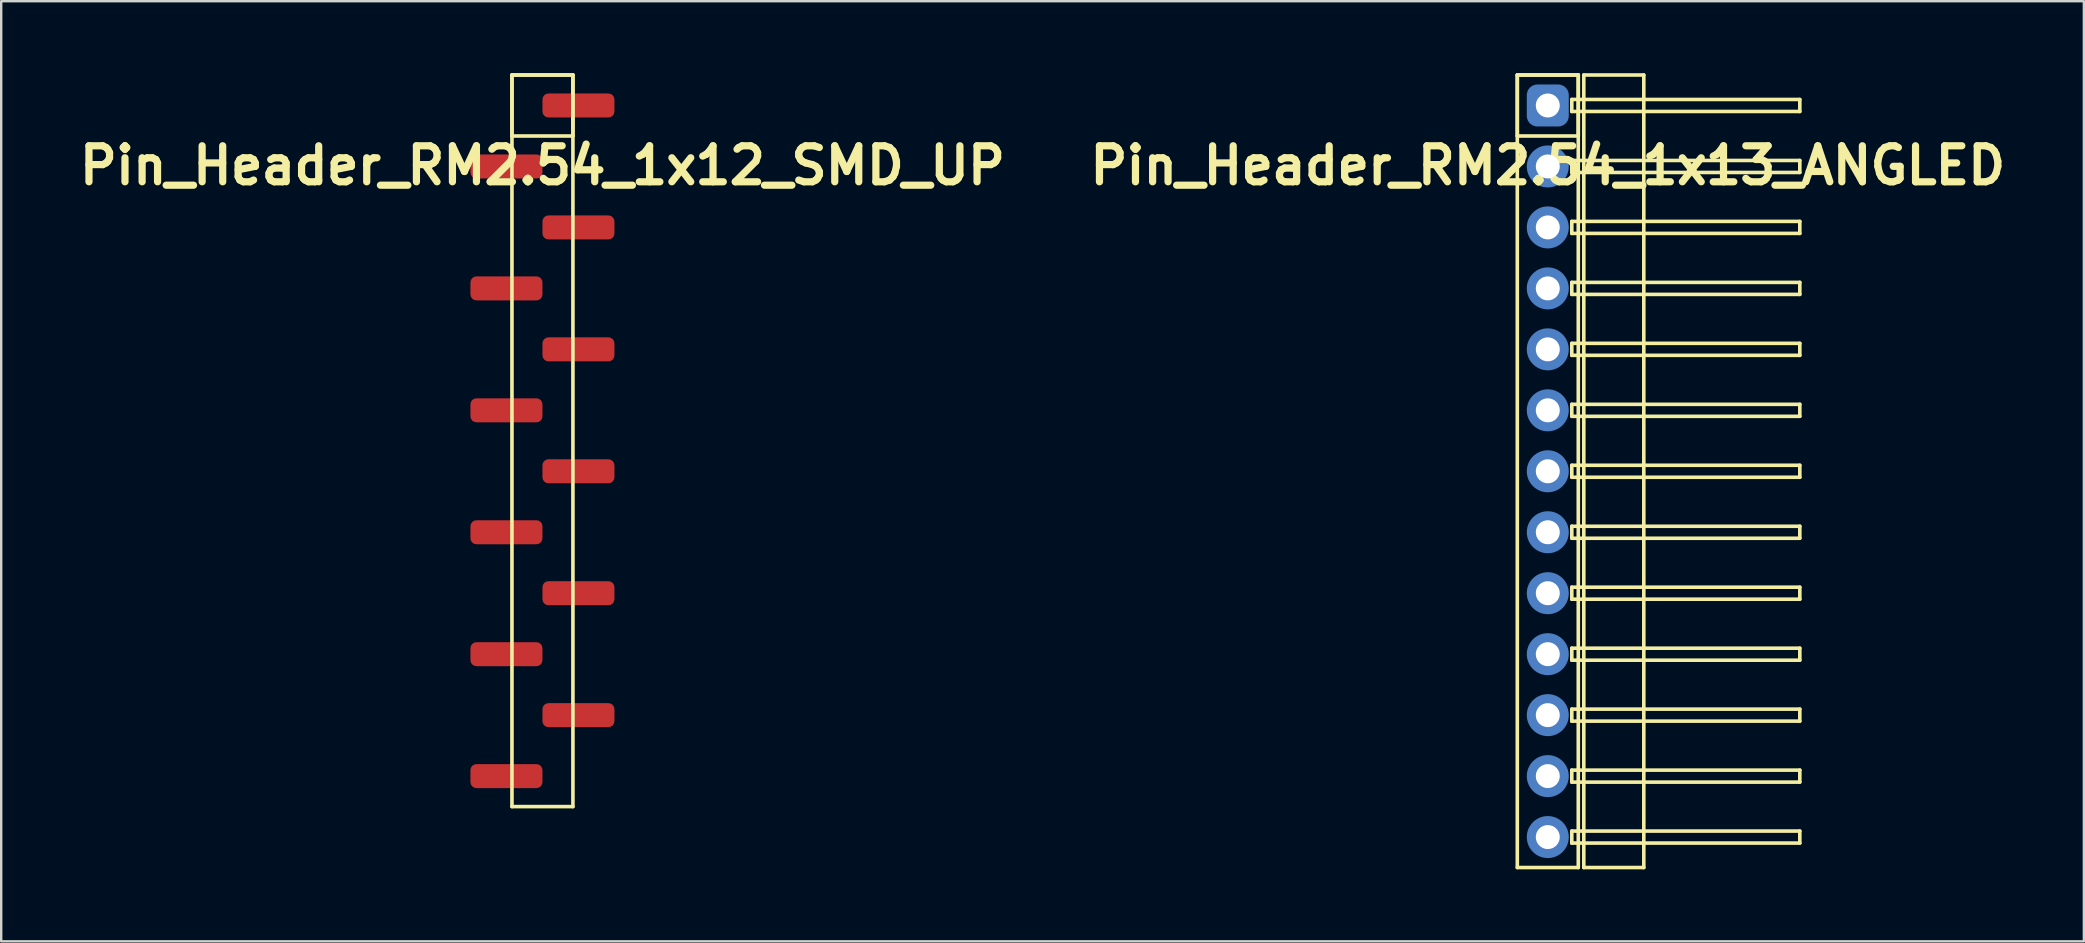
<source format=kicad_pcb>
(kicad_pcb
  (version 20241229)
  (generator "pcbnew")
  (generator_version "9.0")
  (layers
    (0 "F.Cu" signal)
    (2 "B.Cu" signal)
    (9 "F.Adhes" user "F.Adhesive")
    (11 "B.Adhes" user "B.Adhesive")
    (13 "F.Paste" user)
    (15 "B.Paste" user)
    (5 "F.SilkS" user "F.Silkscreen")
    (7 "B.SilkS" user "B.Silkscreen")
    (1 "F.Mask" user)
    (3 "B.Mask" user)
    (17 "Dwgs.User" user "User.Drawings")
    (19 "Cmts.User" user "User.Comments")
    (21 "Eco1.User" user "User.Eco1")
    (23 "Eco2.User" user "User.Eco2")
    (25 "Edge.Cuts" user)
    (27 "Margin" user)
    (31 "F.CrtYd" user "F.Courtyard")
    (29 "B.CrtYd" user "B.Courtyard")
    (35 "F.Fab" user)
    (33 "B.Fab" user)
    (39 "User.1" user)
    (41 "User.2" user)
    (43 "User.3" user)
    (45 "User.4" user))
  (footprint "Pin_Header_RM2.54_1x13_ANGLED"
    (layer "F.Cu")
    (at 61.436 1.345)
    (property "Reference" "Pin_Header_RM2.54_1x13_ANGLED" (at 0 2.5 0) (layer "F.SilkS") (effects (font (size 1.5 1.5) (thickness 0.3))))
    (attr through_hole)
    (fp_line (start -1.27 -1.27) (end 1.27 -1.27) (stroke (width 0.15) (type solid)) (layer "F.SilkS"))
    (fp_line (start -1.27 -1.27) (end 1.27 -1.27) (stroke (width 0.15) (type solid)) (layer "F.SilkS"))
    (fp_line (start -1.27 1.27) (end -1.27 -1.27) (stroke (width 0.15) (type solid)) (layer "F.SilkS"))
    (fp_line (start -1.27 31.75) (end -1.27 -1.27) (stroke (width 0.15) (type solid)) (layer "F.SilkS"))
    (fp_line (start 1 -0.25) (end 10.5 -0.25) (stroke (width 0.15) (type solid)) (layer "F.SilkS"))
    (fp_line (start 1 0.25) (end 1 -0.25) (stroke (width 0.15) (type solid)) (layer "F.SilkS"))
    (fp_line (start 1 2.29) (end 10.5 2.29) (stroke (width 0.15) (type solid)) (layer "F.SilkS"))
    (fp_line (start 1 2.79) (end 1 2.29) (stroke (width 0.15) (type solid)) (layer "F.SilkS"))
    (fp_line (start 1 4.83) (end 10.5 4.83) (stroke (width 0.15) (type solid)) (layer "F.SilkS"))
    (fp_line (start 1 5.33) (end 1 4.83) (stroke (width 0.15) (type solid)) (layer "F.SilkS"))
    (fp_line (start 1 7.37) (end 10.5 7.37) (stroke (width 0.15) (type solid)) (layer "F.SilkS"))
    (fp_line (start 1 7.87) (end 1 7.37) (stroke (width 0.15) (type solid)) (layer "F.SilkS"))
    (fp_line (start 1 9.91) (end 10.5 9.91) (stroke (width 0.15) (type solid)) (layer "F.SilkS"))
    (fp_line (start 1 10.41) (end 1 9.91) (stroke (width 0.15) (type solid)) (layer "F.SilkS"))
    (fp_line (start 1 12.45) (end 10.5 12.45) (stroke (width 0.15) (type solid)) (layer "F.SilkS"))
    (fp_line (start 1 12.95) (end 1 12.45) (stroke (width 0.15) (type solid)) (layer "F.SilkS"))
    (fp_line (start 1 14.99) (end 10.5 14.99) (stroke (width 0.15) (type solid)) (layer "F.SilkS"))
    (fp_line (start 1 15.49) (end 1 14.99) (stroke (width 0.15) (type solid)) (layer "F.SilkS"))
    (fp_line (start 1 17.53) (end 10.5 17.53) (stroke (width 0.15) (type solid)) (layer "F.SilkS"))
    (fp_line (start 1 18.03) (end 1 17.53) (stroke (width 0.15) (type solid)) (layer "F.SilkS"))
    (fp_line (start 1 20.07) (end 10.5 20.07) (stroke (width 0.15) (type solid)) (layer "F.SilkS"))
    (fp_line (start 1 20.57) (end 1 20.07) (stroke (width 0.15) (type solid)) (layer "F.SilkS"))
    (fp_line (start 1 22.61) (end 10.5 22.61) (stroke (width 0.15) (type solid)) (layer "F.SilkS"))
    (fp_line (start 1 23.11) (end 1 22.61) (stroke (width 0.15) (type solid)) (layer "F.SilkS"))
    (fp_line (start 1 25.15) (end 10.5 25.15) (stroke (width 0.15) (type solid)) (layer "F.SilkS"))
    (fp_line (start 1 25.65) (end 1 25.15) (stroke (width 0.15) (type solid)) (layer "F.SilkS"))
    (fp_line (start 1 27.69) (end 10.5 27.69) (stroke (width 0.15) (type solid)) (layer "F.SilkS"))
    (fp_line (start 1 28.19) (end 1 27.69) (stroke (width 0.15) (type solid)) (layer "F.SilkS"))
    (fp_line (start 1 30.23) (end 10.5 30.23) (stroke (width 0.15) (type solid)) (layer "F.SilkS"))
    (fp_line (start 1 30.73) (end 1 30.23) (stroke (width 0.15) (type solid)) (layer "F.SilkS"))
    (fp_line (start 1.27 -1.27) (end 1.27 1.27) (stroke (width 0.15) (type solid)) (layer "F.SilkS"))
    (fp_line (start 1.27 -1.27) (end 1.27 31.75) (stroke (width 0.15) (type solid)) (layer "F.SilkS"))
    (fp_line (start 1.27 1.27) (end -1.27 1.27) (stroke (width 0.15) (type solid)) (layer "F.SilkS"))
    (fp_line (start 1.27 31.75) (end -1.27 31.75) (stroke (width 0.15) (type solid)) (layer "F.SilkS"))
    (fp_line (start 1.5 -1.27) (end 4 -1.27) (stroke (width 0.15) (type solid)) (layer "F.SilkS"))
    (fp_line (start 1.5 31.75) (end 1.5 -1.27) (stroke (width 0.15) (type solid)) (layer "F.SilkS"))
    (fp_line (start 4 -1.27) (end 4 31.75) (stroke (width 0.15) (type solid)) (layer "F.SilkS"))
    (fp_line (start 4 31.75) (end 1.5 31.75) (stroke (width 0.15) (type solid)) (layer "F.SilkS"))
    (fp_line (start 10.5 -0.25) (end 10.5 0.25) (stroke (width 0.15) (type solid)) (layer "F.SilkS"))
    (fp_line (start 10.5 0.25) (end 1 0.25) (stroke (width 0.15) (type solid)) (layer "F.SilkS"))
    (fp_line (start 10.5 2.29) (end 10.5 2.79) (stroke (width 0.15) (type solid)) (layer "F.SilkS"))
    (fp_line (start 10.5 2.79) (end 1 2.79) (stroke (width 0.15) (type solid)) (layer "F.SilkS"))
    (fp_line (start 10.5 4.83) (end 10.5 5.33) (stroke (width 0.15) (type solid)) (layer "F.SilkS"))
    (fp_line (start 10.5 5.33) (end 1 5.33) (stroke (width 0.15) (type solid)) (layer "F.SilkS"))
    (fp_line (start 10.5 7.37) (end 10.5 7.87) (stroke (width 0.15) (type solid)) (layer "F.SilkS"))
    (fp_line (start 10.5 7.87) (end 1 7.87) (stroke (width 0.15) (type solid)) (layer "F.SilkS"))
    (fp_line (start 10.5 9.91) (end 10.5 10.41) (stroke (width 0.15) (type solid)) (layer "F.SilkS"))
    (fp_line (start 10.5 10.41) (end 1 10.41) (stroke (width 0.15) (type solid)) (layer "F.SilkS"))
    (fp_line (start 10.5 12.45) (end 10.5 12.95) (stroke (width 0.15) (type solid)) (layer "F.SilkS"))
    (fp_line (start 10.5 12.95) (end 1 12.95) (stroke (width 0.15) (type solid)) (layer "F.SilkS"))
    (fp_line (start 10.5 14.99) (end 10.5 15.49) (stroke (width 0.15) (type solid)) (layer "F.SilkS"))
    (fp_line (start 10.5 15.49) (end 1 15.49) (stroke (width 0.15) (type solid)) (layer "F.SilkS"))
    (fp_line (start 10.5 17.53) (end 10.5 18.03) (stroke (width 0.15) (type solid)) (layer "F.SilkS"))
    (fp_line (start 10.5 18.03) (end 1 18.03) (stroke (width 0.15) (type solid)) (layer "F.SilkS"))
    (fp_line (start 10.5 20.07) (end 10.5 20.57) (stroke (width 0.15) (type solid)) (layer "F.SilkS"))
    (fp_line (start 10.5 20.57) (end 1 20.57) (stroke (width 0.15) (type solid)) (layer "F.SilkS"))
    (fp_line (start 10.5 22.61) (end 10.5 23.11) (stroke (width 0.15) (type solid)) (layer "F.SilkS"))
    (fp_line (start 10.5 23.11) (end 1 23.11) (stroke (width 0.15) (type solid)) (layer "F.SilkS"))
    (fp_line (start 10.5 25.15) (end 10.5 25.65) (stroke (width 0.15) (type solid)) (layer "F.SilkS"))
    (fp_line (start 10.5 25.65) (end 1 25.65) (stroke (width 0.15) (type solid)) (layer "F.SilkS"))
    (fp_line (start 10.5 27.69) (end 10.5 28.19) (stroke (width 0.15) (type solid)) (layer "F.SilkS"))
    (fp_line (start 10.5 28.19) (end 1 28.19) (stroke (width 0.15) (type solid)) (layer "F.SilkS"))
    (fp_line (start 10.5 30.23) (end 10.5 30.73) (stroke (width 0.15) (type solid)) (layer "F.SilkS"))
    (fp_line (start 10.5 30.73) (end 1 30.73) (stroke (width 0.15) (type solid)) (layer "F.SilkS"))
    (pad "1" thru_hole circle (at 0 0) (size 1.3 1.3) (drill 1) (layers "*.Cu" "*.Mask"))
    (pad "1" smd roundrect (at 0 0) (size 1.5 1.5) (layers "F.Cu" "F.Mask") (roundrect_rratio 0.25))
    (pad "1" smd roundrect (at 0 0) (size 1.75 1.75) (layers "B.Cu" "B.Mask") (roundrect_rratio 0.25))
    (pad "2" thru_hole circle (at 0 2.54) (size 1.3 1.3) (drill 1) (layers "*.Cu" "*.Mask"))
    (pad "2" smd circle (at 0 2.54) (size 1.5 1.5) (layers "F.Cu" "F.Mask"))
    (pad "2" smd circle (at 0 2.54) (size 1.75 1.75) (layers "B.Cu" "B.Mask"))
    (pad "3" thru_hole circle (at 0 5.08) (size 1.3 1.3) (drill 1) (layers "*.Cu" "*.Mask"))
    (pad "3" smd circle (at 0 5.08) (size 1.5 1.5) (layers "F.Cu" "F.Mask"))
    (pad "3" smd circle (at 0 5.08) (size 1.75 1.75) (layers "B.Cu" "B.Mask"))
    (pad "4" thru_hole circle (at 0 7.62) (size 1.3 1.3) (drill 1) (layers "*.Cu" "*.Mask"))
    (pad "4" smd circle (at 0 7.62) (size 1.5 1.5) (layers "F.Cu" "F.Mask"))
    (pad "4" smd circle (at 0 7.62) (size 1.75 1.75) (layers "B.Cu" "B.Mask"))
    (pad "5" thru_hole circle (at 0 10.16) (size 1.3 1.3) (drill 1) (layers "*.Cu" "*.Mask"))
    (pad "5" smd circle (at 0 10.16) (size 1.5 1.5) (layers "F.Cu" "F.Mask"))
    (pad "5" smd circle (at 0 10.16) (size 1.75 1.75) (layers "B.Cu" "B.Mask"))
    (pad "6" thru_hole circle (at 0 12.7) (size 1.3 1.3) (drill 1) (layers "*.Cu" "*.Mask"))
    (pad "6" smd circle (at 0 12.7) (size 1.5 1.5) (layers "F.Cu" "F.Mask"))
    (pad "6" smd circle (at 0 12.7) (size 1.75 1.75) (layers "B.Cu" "B.Mask"))
    (pad "7" thru_hole circle (at 0 15.24) (size 1.3 1.3) (drill 1) (layers "*.Cu" "*.Mask"))
    (pad "7" smd circle (at 0 15.24) (size 1.5 1.5) (layers "F.Cu" "F.Mask"))
    (pad "7" smd circle (at 0 15.24) (size 1.75 1.75) (layers "B.Cu" "B.Mask"))
    (pad "8" thru_hole circle (at 0 17.78) (size 1.3 1.3) (drill 1) (layers "*.Cu" "*.Mask"))
    (pad "8" smd circle (at 0 17.78) (size 1.5 1.5) (layers "F.Cu" "F.Mask"))
    (pad "8" smd circle (at 0 17.78) (size 1.75 1.75) (layers "B.Cu" "B.Mask"))
    (pad "9" thru_hole circle (at 0 20.32) (size 1.3 1.3) (drill 1) (layers "*.Cu" "*.Mask"))
    (pad "9" smd circle (at 0 20.32) (size 1.5 1.5) (layers "F.Cu" "F.Mask"))
    (pad "9" smd circle (at 0 20.32) (size 1.75 1.75) (layers "B.Cu" "B.Mask"))
    (pad "10" thru_hole circle (at 0 22.86) (size 1.3 1.3) (drill 1) (layers "*.Cu" "*.Mask"))
    (pad "10" smd circle (at 0 22.86) (size 1.5 1.5) (layers "F.Cu" "F.Mask"))
    (pad "10" smd circle (at 0 22.86) (size 1.75 1.75) (layers "B.Cu" "B.Mask"))
    (pad "11" thru_hole circle (at 0 25.4) (size 1.3 1.3) (drill 1) (layers "*.Cu" "*.Mask"))
    (pad "11" smd circle (at 0 25.4) (size 1.5 1.5) (layers "F.Cu" "F.Mask"))
    (pad "11" smd circle (at 0 25.4) (size 1.75 1.75) (layers "B.Cu" "B.Mask"))
    (pad "12" thru_hole circle (at 0 27.94) (size 1.3 1.3) (drill 1) (layers "*.Cu" "*.Mask"))
    (pad "12" smd circle (at 0 27.94) (size 1.5 1.5) (layers "F.Cu" "F.Mask"))
    (pad "12" smd circle (at 0 27.94) (size 1.75 1.75) (layers "B.Cu" "B.Mask"))
    (pad "13" thru_hole circle (at 0 30.48) (size 1.3 1.3) (drill 1) (layers "*.Cu" "*.Mask"))
    (pad "13" smd circle (at 0 30.48) (size 1.5 1.5) (layers "F.Cu" "F.Mask"))
    (pad "13" smd circle (at 0 30.48) (size 1.75 1.75) (layers "B.Cu" "B.Mask")))
  (footprint "Pin_Header_RM2.54_1x12_SMD_UP"
    (layer "F.Cu")
    (at 19.55 1.345)
    (property "Reference" "Pin_Header_RM2.54_1x12_SMD_UP" (at 0 2.5 0) (layer "F.SilkS") (effects (font (size 1.5 1.5) (thickness 0.3))))
    (attr through_hole)
    (fp_line (start -1.27 -1.27) (end 1.27 -1.27) (stroke (width 0.15) (type solid)) (layer "F.SilkS"))
    (fp_line (start -1.27 -1.27) (end 1.27 -1.27) (stroke (width 0.15) (type solid)) (layer "F.SilkS"))
    (fp_line (start -1.27 1.27) (end -1.27 -1.27) (stroke (width 0.15) (type solid)) (layer "F.SilkS"))
    (fp_line (start -1.27 29.21) (end -1.27 -1.27) (stroke (width 0.15) (type solid)) (layer "F.SilkS"))
    (fp_line (start 1.27 -1.27) (end 1.27 1.27) (stroke (width 0.15) (type solid)) (layer "F.SilkS"))
    (fp_line (start 1.27 -1.27) (end 1.27 29.21) (stroke (width 0.15) (type solid)) (layer "F.SilkS"))
    (fp_line (start 1.27 1.27) (end -1.27 1.27) (stroke (width 0.15) (type solid)) (layer "F.SilkS"))
    (fp_line (start 1.27 29.21) (end -1.27 29.21) (stroke (width 0.15) (type solid)) (layer "F.SilkS"))
    (pad "1" smd roundrect (at 1.5 0) (size 3 1) (layers "F.Cu" "F.Mask" "F.Paste") (roundrect_rratio 0.25))
    (pad "2" smd roundrect (at -1.5 2.54) (size 3 1) (layers "F.Cu" "F.Mask" "F.Paste") (roundrect_rratio 0.25))
    (pad "3" smd roundrect (at 1.5 5.08) (size 3 1) (layers "F.Cu" "F.Mask" "F.Paste") (roundrect_rratio 0.25))
    (pad "4" smd roundrect (at -1.5 7.62) (size 3 1) (layers "F.Cu" "F.Mask" "F.Paste") (roundrect_rratio 0.25))
    (pad "5" smd roundrect (at 1.5 10.16) (size 3 1) (layers "F.Cu" "F.Mask" "F.Paste") (roundrect_rratio 0.25))
    (pad "6" smd roundrect (at -1.5 12.7) (size 3 1) (layers "F.Cu" "F.Mask" "F.Paste") (roundrect_rratio 0.25))
    (pad "7" smd roundrect (at 1.5 15.24) (size 3 1) (layers "F.Cu" "F.Mask" "F.Paste") (roundrect_rratio 0.25))
    (pad "8" smd roundrect (at -1.5 17.78) (size 3 1) (layers "F.Cu" "F.Mask" "F.Paste") (roundrect_rratio 0.25))
    (pad "9" smd roundrect (at 1.5 20.32) (size 3 1) (layers "F.Cu" "F.Mask" "F.Paste") (roundrect_rratio 0.25))
    (pad "10" smd roundrect (at -1.5 22.86) (size 3 1) (layers "F.Cu" "F.Mask" "F.Paste") (roundrect_rratio 0.25))
    (pad "11" smd roundrect (at 1.5 25.4) (size 3 1) (layers "F.Cu" "F.Mask" "F.Paste") (roundrect_rratio 0.25))
    (pad "12" smd roundrect (at -1.5 27.94) (size 3 1) (layers "F.Cu" "F.Mask" "F.Paste") (roundrect_rratio 0.25)))
  (gr_rect
    (start -3 -3)
    (end 83.771 36.17)
    (stroke (width 0.1) (type default))
    (fill no)
    (layer "Edge.Cuts")))
</source>
